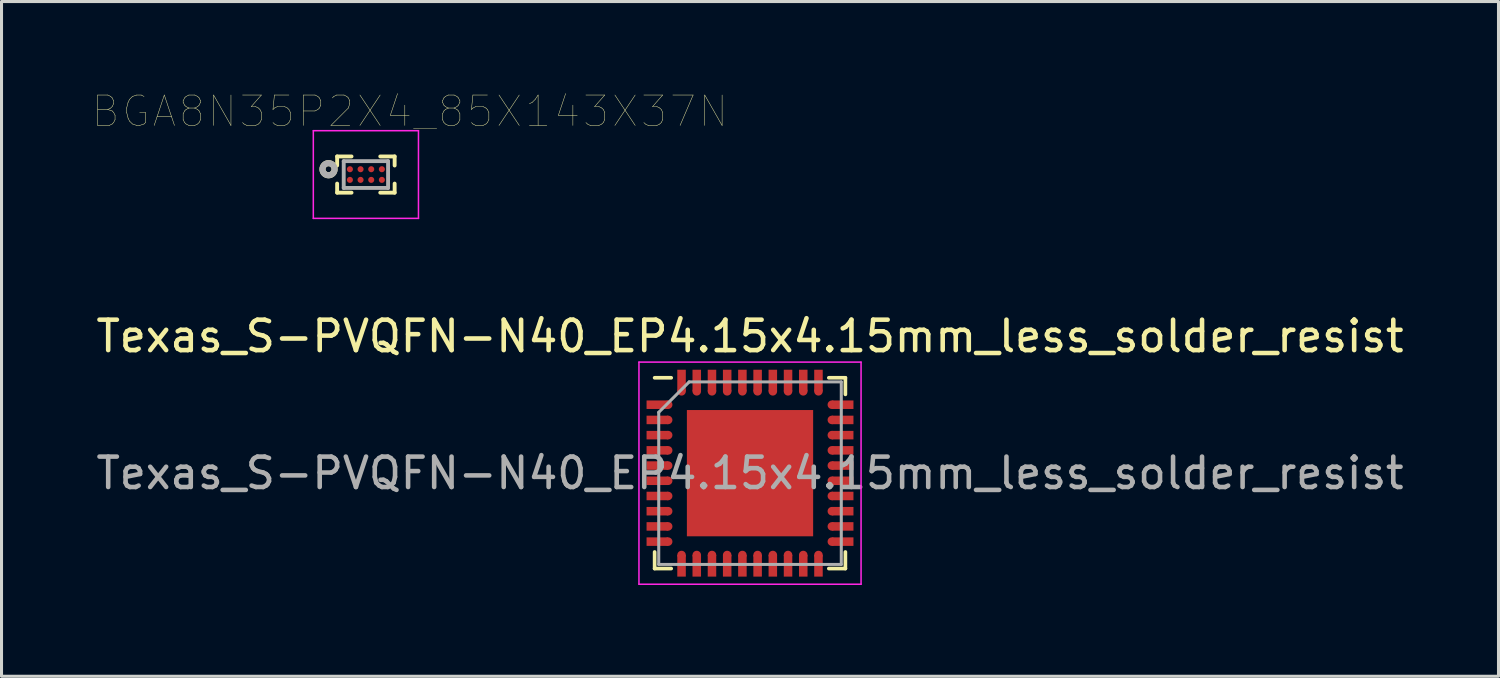
<source format=kicad_pcb>
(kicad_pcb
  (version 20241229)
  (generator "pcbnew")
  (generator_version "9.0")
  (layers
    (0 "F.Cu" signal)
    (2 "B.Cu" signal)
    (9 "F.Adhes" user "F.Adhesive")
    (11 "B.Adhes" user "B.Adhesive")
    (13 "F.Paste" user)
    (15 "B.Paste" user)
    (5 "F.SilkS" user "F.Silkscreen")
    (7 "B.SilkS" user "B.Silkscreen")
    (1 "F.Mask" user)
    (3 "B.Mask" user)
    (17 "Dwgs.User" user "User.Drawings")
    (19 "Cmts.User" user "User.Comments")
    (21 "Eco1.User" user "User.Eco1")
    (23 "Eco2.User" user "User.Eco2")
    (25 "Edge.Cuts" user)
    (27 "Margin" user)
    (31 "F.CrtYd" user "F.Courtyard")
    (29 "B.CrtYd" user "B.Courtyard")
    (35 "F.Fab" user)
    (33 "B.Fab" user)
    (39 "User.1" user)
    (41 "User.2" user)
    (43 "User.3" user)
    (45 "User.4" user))
  (footprint "BGA8N35P2X4_85X143X37N"
    (layer "F.Cu")
    (at 8.976 2.687)
    (property "Reference" "BGA8N35P2X4_85X143X37N" (at 1.446 -2.076 0) (layer "F.SilkS") (effects (font (size 1 1) (thickness 0.015))))
    (attr through_hole)
    (fp_line (start -0.945 -0.595) (end -0.945 -0.297) (stroke (width 0.127) (type solid)) (layer "F.SilkS"))
    (fp_line (start -0.945 -0.595) (end -0.472 -0.595) (stroke (width 0.127) (type solid)) (layer "F.SilkS"))
    (fp_line (start -0.945 0.595) (end -0.945 0.297) (stroke (width 0.127) (type solid)) (layer "F.SilkS"))
    (fp_line (start -0.945 0.595) (end -0.472 0.595) (stroke (width 0.127) (type solid)) (layer "F.SilkS"))
    (fp_line (start 0.945 -0.595) (end 0.472 -0.595) (stroke (width 0.127) (type solid)) (layer "F.SilkS"))
    (fp_line (start 0.945 -0.595) (end 0.945 -0.297) (stroke (width 0.127) (type solid)) (layer "F.SilkS"))
    (fp_line (start 0.945 0.595) (end 0.472 0.595) (stroke (width 0.127) (type solid)) (layer "F.SilkS"))
    (fp_line (start 0.945 0.595) (end 0.945 0.297) (stroke (width 0.127) (type solid)) (layer "F.SilkS"))
    (fp_circle (center -1.228 -0.175) (end -1.129 -0.175) (stroke (width 0.2) (type solid)) (fill no) (layer "F.SilkS"))
    (fp_line (start -1.728 -1.441) (end 1.728 -1.441) (stroke (width 0.05) (type solid)) (layer "F.CrtYd"))
    (fp_line (start -1.728 1.441) (end -1.728 -1.441) (stroke (width 0.05) (type solid)) (layer "F.CrtYd"))
    (fp_line (start -1.728 1.441) (end 1.728 1.441) (stroke (width 0.05) (type solid)) (layer "F.CrtYd"))
    (fp_line (start 1.728 1.441) (end 1.728 -1.441) (stroke (width 0.05) (type solid)) (layer "F.CrtYd"))
    (fp_line (start -0.729 0.441) (end -0.729 -0.441) (stroke (width 0.127) (type solid)) (layer "F.Fab"))
    (fp_line (start 0.729 -0.441) (end -0.729 -0.441) (stroke (width 0.127) (type solid)) (layer "F.Fab"))
    (fp_line (start 0.729 0.441) (end -0.729 0.441) (stroke (width 0.127) (type solid)) (layer "F.Fab"))
    (fp_line (start 0.729 0.441) (end 0.729 -0.441) (stroke (width 0.127) (type solid)) (layer "F.Fab"))
    (fp_circle (center -1.228 -0.175) (end -1.129 -0.175) (stroke (width 0.2) (type solid)) (fill no) (layer "F.Fab"))
    (pad "A1" smd circle (at -0.525 -0.175) (size 0.2 0.2) (layers "F.Cu" "F.Mask" "F.Paste"))
    (pad "A2" smd circle (at -0.175 -0.175) (size 0.2 0.2) (layers "F.Cu" "F.Mask" "F.Paste"))
    (pad "A3" smd circle (at 0.175 -0.175) (size 0.2 0.2) (layers "F.Cu" "F.Mask" "F.Paste"))
    (pad "A4" smd circle (at 0.525 -0.175) (size 0.2 0.2) (layers "F.Cu" "F.Mask" "F.Paste"))
    (pad "B1" smd circle (at -0.525 0.175) (size 0.2 0.2) (layers "F.Cu" "F.Mask" "F.Paste"))
    (pad "B2" smd circle (at -0.175 0.175) (size 0.2 0.2) (layers "F.Cu" "F.Mask" "F.Paste"))
    (pad "B3" smd circle (at 0.175 0.175) (size 0.2 0.2) (layers "F.Cu" "F.Mask" "F.Paste"))
    (pad "B4" smd circle (at 0.525 0.175) (size 0.2 0.2) (layers "F.Cu" "F.Mask" "F.Paste")))
  (footprint "Texas_S-PVQFN-N40_EP4.15x4.15mm_less_solder_resist"
    (layer "F.Cu")
    (at 21.601 12.502)
    (property "Reference" "Texas_S-PVQFN-N40_EP4.15x4.15mm_less_solder_resist" (at 0 -4.5 0) (layer "F.SilkS") (effects (font (size 1 1) (thickness 0.15))))
    (attr smd)
    (fp_line (start -3.135 -3.135) (end -2.59 -3.135) (stroke (width 0.12) (type solid)) (layer "F.SilkS"))
    (fp_line (start -3.135 2.59) (end -3.135 3.135) (stroke (width 0.12) (type solid)) (layer "F.SilkS"))
    (fp_line (start -3.135 3.135) (end -2.59 3.135) (stroke (width 0.12) (type solid)) (layer "F.SilkS"))
    (fp_line (start 3.135 -3.135) (end 2.59 -3.135) (stroke (width 0.12) (type solid)) (layer "F.SilkS"))
    (fp_line (start 3.135 -2.59) (end 3.135 -3.135) (stroke (width 0.12) (type solid)) (layer "F.SilkS"))
    (fp_line (start 3.135 2.59) (end 3.135 3.135) (stroke (width 0.12) (type solid)) (layer "F.SilkS"))
    (fp_line (start 3.135 3.135) (end 2.59 3.135) (stroke (width 0.12) (type solid)) (layer "F.SilkS"))
    (fp_line (start -3.65 -3.65) (end -3.65 3.65) (stroke (width 0.05) (type solid)) (layer "F.CrtYd"))
    (fp_line (start -3.65 3.65) (end 3.65 3.65) (stroke (width 0.05) (type solid)) (layer "F.CrtYd"))
    (fp_line (start 3.65 -3.65) (end -3.65 -3.65) (stroke (width 0.05) (type solid)) (layer "F.CrtYd"))
    (fp_line (start 3.65 3.65) (end 3.65 -3.65) (stroke (width 0.05) (type solid)) (layer "F.CrtYd"))
    (fp_line (start -3 -2) (end -3 3) (stroke (width 0.1) (type solid)) (layer "F.Fab"))
    (fp_line (start -3 3) (end 3 3) (stroke (width 0.1) (type solid)) (layer "F.Fab"))
    (fp_line (start -2 -3) (end -3 -2) (stroke (width 0.1) (type solid)) (layer "F.Fab"))
    (fp_line (start 3 -3) (end -2 -3) (stroke (width 0.1) (type solid)) (layer "F.Fab"))
    (fp_line (start 3 3) (end 3 -3) (stroke (width 0.1) (type solid)) (layer "F.Fab"))
    (fp_text user "${REFERENCE}" (at 0 0 0) (layer "F.Fab") (effects (font (size 1 1) (thickness 0.15))))
    (pad "" smd rect (at -1.45 -1.45) (size 1.15 1.15) (layers "F.Paste"))
    (pad "" smd rect (at -1.45 0) (size 1.15 1.15) (layers "F.Paste"))
    (pad "" smd rect (at -1.45 1.45) (size 1.15 1.15) (layers "F.Paste"))
    (pad "" smd rect (at 0 -1.45) (size 1.15 1.15) (layers "F.Paste"))
    (pad "" smd rect (at 0 0) (size 1.15 1.15) (layers "F.Paste"))
    (pad "" smd rect (at 0 1.45) (size 1.15 1.15) (layers "F.Paste"))
    (pad "" smd rect (at 1.45 -1.45) (size 1.15 1.15) (layers "F.Paste"))
    (pad "" smd rect (at 1.45 0) (size 1.15 1.15) (layers "F.Paste"))
    (pad "" smd rect (at 1.45 1.45) (size 1.15 1.15) (layers "F.Paste"))
    (pad "1" smd rect (at -3.045 -2.25) (size 0.71 0.28) (layers "F.Cu" "F.Mask" "F.Paste"))
    (pad "1" smd circle (at -2.69 -2.25) (size 0.28 0.28) (layers "F.Cu" "F.Mask" "F.Paste"))
    (pad "2" smd rect (at -3.045 -1.75) (size 0.71 0.28) (layers "F.Cu" "F.Mask" "F.Paste"))
    (pad "2" smd circle (at -2.69 -1.75) (size 0.28 0.28) (layers "F.Cu" "F.Mask" "F.Paste"))
    (pad "3" smd rect (at -3.045 -1.25) (size 0.71 0.28) (layers "F.Cu" "F.Mask" "F.Paste"))
    (pad "3" smd circle (at -2.69 -1.25) (size 0.28 0.28) (layers "F.Cu" "F.Mask" "F.Paste"))
    (pad "4" smd rect (at -3.045 -0.75) (size 0.71 0.28) (layers "F.Cu" "F.Mask" "F.Paste"))
    (pad "4" smd circle (at -2.69 -0.75) (size 0.28 0.28) (layers "F.Cu" "F.Mask" "F.Paste"))
    (pad "5" smd rect (at -3.045 -0.25) (size 0.71 0.28) (layers "F.Cu" "F.Mask" "F.Paste"))
    (pad "5" smd circle (at -2.69 -0.25) (size 0.28 0.28) (layers "F.Cu" "F.Mask" "F.Paste"))
    (pad "6" smd rect (at -3.045 0.25) (size 0.71 0.28) (layers "F.Cu" "F.Mask" "F.Paste"))
    (pad "6" smd circle (at -2.69 0.25) (size 0.28 0.28) (layers "F.Cu" "F.Mask" "F.Paste"))
    (pad "7" smd rect (at -3.045 0.75) (size 0.71 0.28) (layers "F.Cu" "F.Mask" "F.Paste"))
    (pad "7" smd circle (at -2.69 0.75) (size 0.28 0.28) (layers "F.Cu" "F.Mask" "F.Paste"))
    (pad "8" smd rect (at -3.045 1.25) (size 0.71 0.28) (layers "F.Cu" "F.Mask" "F.Paste"))
    (pad "8" smd circle (at -2.69 1.25) (size 0.28 0.28) (layers "F.Cu" "F.Mask" "F.Paste"))
    (pad "9" smd rect (at -3.045 1.75) (size 0.71 0.28) (layers "F.Cu" "F.Mask" "F.Paste"))
    (pad "9" smd circle (at -2.69 1.75) (size 0.28 0.28) (layers "F.Cu" "F.Mask" "F.Paste"))
    (pad "10" smd rect (at -3.045 2.25) (size 0.71 0.28) (layers "F.Cu" "F.Mask" "F.Paste"))
    (pad "10" smd circle (at -2.69 2.25) (size 0.28 0.28) (layers "F.Cu" "F.Mask" "F.Paste"))
    (pad "11" smd circle (at -2.25 2.69) (size 0.28 0.28) (layers "F.Cu" "F.Mask" "F.Paste"))
    (pad "11" smd rect (at -2.25 3.045) (size 0.28 0.71) (layers "F.Cu" "F.Mask" "F.Paste"))
    (pad "12" smd circle (at -1.75 2.69) (size 0.28 0.28) (layers "F.Cu" "F.Mask" "F.Paste"))
    (pad "12" smd rect (at -1.75 3.045) (size 0.28 0.71) (layers "F.Cu" "F.Mask" "F.Paste"))
    (pad "13" smd circle (at -1.25 2.69) (size 0.28 0.28) (layers "F.Cu" "F.Mask" "F.Paste"))
    (pad "13" smd rect (at -1.25 3.045) (size 0.28 0.71) (layers "F.Cu" "F.Mask" "F.Paste"))
    (pad "14" smd circle (at -0.75 2.69) (size 0.28 0.28) (layers "F.Cu" "F.Mask" "F.Paste"))
    (pad "14" smd rect (at -0.75 3.045) (size 0.28 0.71) (layers "F.Cu" "F.Mask" "F.Paste"))
    (pad "15" smd circle (at -0.25 2.69) (size 0.28 0.28) (layers "F.Cu" "F.Mask" "F.Paste"))
    (pad "15" smd rect (at -0.25 3.045) (size 0.28 0.71) (layers "F.Cu" "F.Mask" "F.Paste"))
    (pad "16" smd circle (at 0.25 2.69) (size 0.28 0.28) (layers "F.Cu" "F.Mask" "F.Paste"))
    (pad "16" smd rect (at 0.25 3.045) (size 0.28 0.71) (layers "F.Cu" "F.Mask" "F.Paste"))
    (pad "17" smd circle (at 0.75 2.69) (size 0.28 0.28) (layers "F.Cu" "F.Mask" "F.Paste"))
    (pad "17" smd rect (at 0.75 3.045) (size 0.28 0.71) (layers "F.Cu" "F.Mask" "F.Paste"))
    (pad "18" smd circle (at 1.25 2.69) (size 0.28 0.28) (layers "F.Cu" "F.Mask" "F.Paste"))
    (pad "18" smd rect (at 1.25 3.045) (size 0.28 0.71) (layers "F.Cu" "F.Mask" "F.Paste"))
    (pad "19" smd circle (at 1.75 2.69) (size 0.28 0.28) (layers "F.Cu" "F.Mask" "F.Paste"))
    (pad "19" smd rect (at 1.75 3.045) (size 0.28 0.71) (layers "F.Cu" "F.Mask" "F.Paste"))
    (pad "20" smd circle (at 2.25 2.69) (size 0.28 0.28) (layers "F.Cu" "F.Mask" "F.Paste"))
    (pad "20" smd rect (at 2.25 3.045) (size 0.28 0.71) (layers "F.Cu" "F.Mask" "F.Paste"))
    (pad "21" smd circle (at 2.69 2.25) (size 0.28 0.28) (layers "F.Cu" "F.Mask" "F.Paste"))
    (pad "21" smd rect (at 3.045 2.25) (size 0.71 0.28) (layers "F.Cu" "F.Mask" "F.Paste"))
    (pad "22" smd circle (at 2.69 1.75) (size 0.28 0.28) (layers "F.Cu" "F.Mask" "F.Paste"))
    (pad "22" smd rect (at 3.045 1.75) (size 0.71 0.28) (layers "F.Cu" "F.Mask" "F.Paste"))
    (pad "23" smd circle (at 2.69 1.25) (size 0.28 0.28) (layers "F.Cu" "F.Mask" "F.Paste"))
    (pad "23" smd rect (at 3.045 1.25) (size 0.71 0.28) (layers "F.Cu" "F.Mask" "F.Paste"))
    (pad "24" smd circle (at 2.69 0.75) (size 0.28 0.28) (layers "F.Cu" "F.Mask" "F.Paste"))
    (pad "24" smd rect (at 3.045 0.75) (size 0.71 0.28) (layers "F.Cu" "F.Mask" "F.Paste"))
    (pad "25" smd circle (at 2.69 0.25) (size 0.28 0.28) (layers "F.Cu" "F.Mask" "F.Paste"))
    (pad "25" smd rect (at 3.045 0.25) (size 0.71 0.28) (layers "F.Cu" "F.Mask" "F.Paste"))
    (pad "26" smd circle (at 2.69 -0.25) (size 0.28 0.28) (layers "F.Cu" "F.Mask" "F.Paste"))
    (pad "26" smd rect (at 3.045 -0.25) (size 0.71 0.28) (layers "F.Cu" "F.Mask" "F.Paste"))
    (pad "27" smd circle (at 2.69 -0.75) (size 0.28 0.28) (layers "F.Cu" "F.Mask" "F.Paste"))
    (pad "27" smd rect (at 3.045 -0.75) (size 0.71 0.28) (layers "F.Cu" "F.Mask" "F.Paste"))
    (pad "28" smd circle (at 2.69 -1.25) (size 0.28 0.28) (layers "F.Cu" "F.Mask" "F.Paste"))
    (pad "28" smd rect (at 3.045 -1.25) (size 0.71 0.28) (layers "F.Cu" "F.Mask" "F.Paste"))
    (pad "29" smd circle (at 2.69 -1.75) (size 0.28 0.28) (layers "F.Cu" "F.Mask" "F.Paste"))
    (pad "29" smd rect (at 3.045 -1.75) (size 0.71 0.28) (layers "F.Cu" "F.Mask" "F.Paste"))
    (pad "30" smd circle (at 2.69 -2.25) (size 0.28 0.28) (layers "F.Cu" "F.Mask" "F.Paste"))
    (pad "30" smd rect (at 3.045 -2.25) (size 0.71 0.28) (layers "F.Cu" "F.Mask" "F.Paste"))
    (pad "31" smd rect (at 2.25 -3.045) (size 0.28 0.71) (layers "F.Cu" "F.Mask" "F.Paste"))
    (pad "31" smd circle (at 2.25 -2.69) (size 0.28 0.28) (layers "F.Cu" "F.Mask" "F.Paste"))
    (pad "32" smd rect (at 1.75 -3.045) (size 0.28 0.71) (layers "F.Cu" "F.Mask" "F.Paste"))
    (pad "32" smd circle (at 1.75 -2.69) (size 0.28 0.28) (layers "F.Cu" "F.Mask" "F.Paste"))
    (pad "33" smd rect (at 1.25 -3.045) (size 0.28 0.71) (layers "F.Cu" "F.Mask" "F.Paste"))
    (pad "33" smd circle (at 1.25 -2.69) (size 0.28 0.28) (layers "F.Cu" "F.Mask" "F.Paste"))
    (pad "34" smd rect (at 0.75 -3.045) (size 0.28 0.71) (layers "F.Cu" "F.Mask" "F.Paste"))
    (pad "34" smd circle (at 0.75 -2.69) (size 0.28 0.28) (layers "F.Cu" "F.Mask" "F.Paste"))
    (pad "35" smd rect (at 0.25 -3.045) (size 0.28 0.71) (layers "F.Cu" "F.Mask" "F.Paste"))
    (pad "35" smd circle (at 0.25 -2.69) (size 0.28 0.28) (layers "F.Cu" "F.Mask" "F.Paste"))
    (pad "36" smd rect (at -0.25 -3.045) (size 0.28 0.71) (layers "F.Cu" "F.Mask" "F.Paste"))
    (pad "36" smd circle (at -0.25 -2.69) (size 0.28 0.28) (layers "F.Cu" "F.Mask" "F.Paste"))
    (pad "37" smd rect (at -0.75 -3.045) (size 0.28 0.71) (layers "F.Cu" "F.Mask" "F.Paste"))
    (pad "37" smd circle (at -0.75 -2.69) (size 0.28 0.28) (layers "F.Cu" "F.Mask" "F.Paste"))
    (pad "38" smd rect (at -1.25 -3.045) (size 0.28 0.71) (layers "F.Cu" "F.Mask" "F.Paste"))
    (pad "38" smd circle (at -1.25 -2.69) (size 0.28 0.28) (layers "F.Cu" "F.Mask" "F.Paste"))
    (pad "39" smd rect (at -1.75 -3.045) (size 0.28 0.71) (layers "F.Cu" "F.Mask" "F.Paste"))
    (pad "39" smd circle (at -1.75 -2.69) (size 0.28 0.28) (layers "F.Cu" "F.Mask" "F.Paste"))
    (pad "40" smd rect (at -2.25 -3.045) (size 0.28 0.71) (layers "F.Cu" "F.Mask" "F.Paste"))
    (pad "40" smd circle (at -2.25 -2.69) (size 0.28 0.28) (layers "F.Cu" "F.Mask" "F.Paste"))
    (pad "41" smd rect (at 0 0) (size 4.15 4.15) (layers "F.Cu" "F.Mask")))
  (gr_rect
    (start -3 -3)
    (end 46.202 19.177)
    (stroke (width 0.1) (type default))
    (fill no)
    (layer "Edge.Cuts")))
</source>
